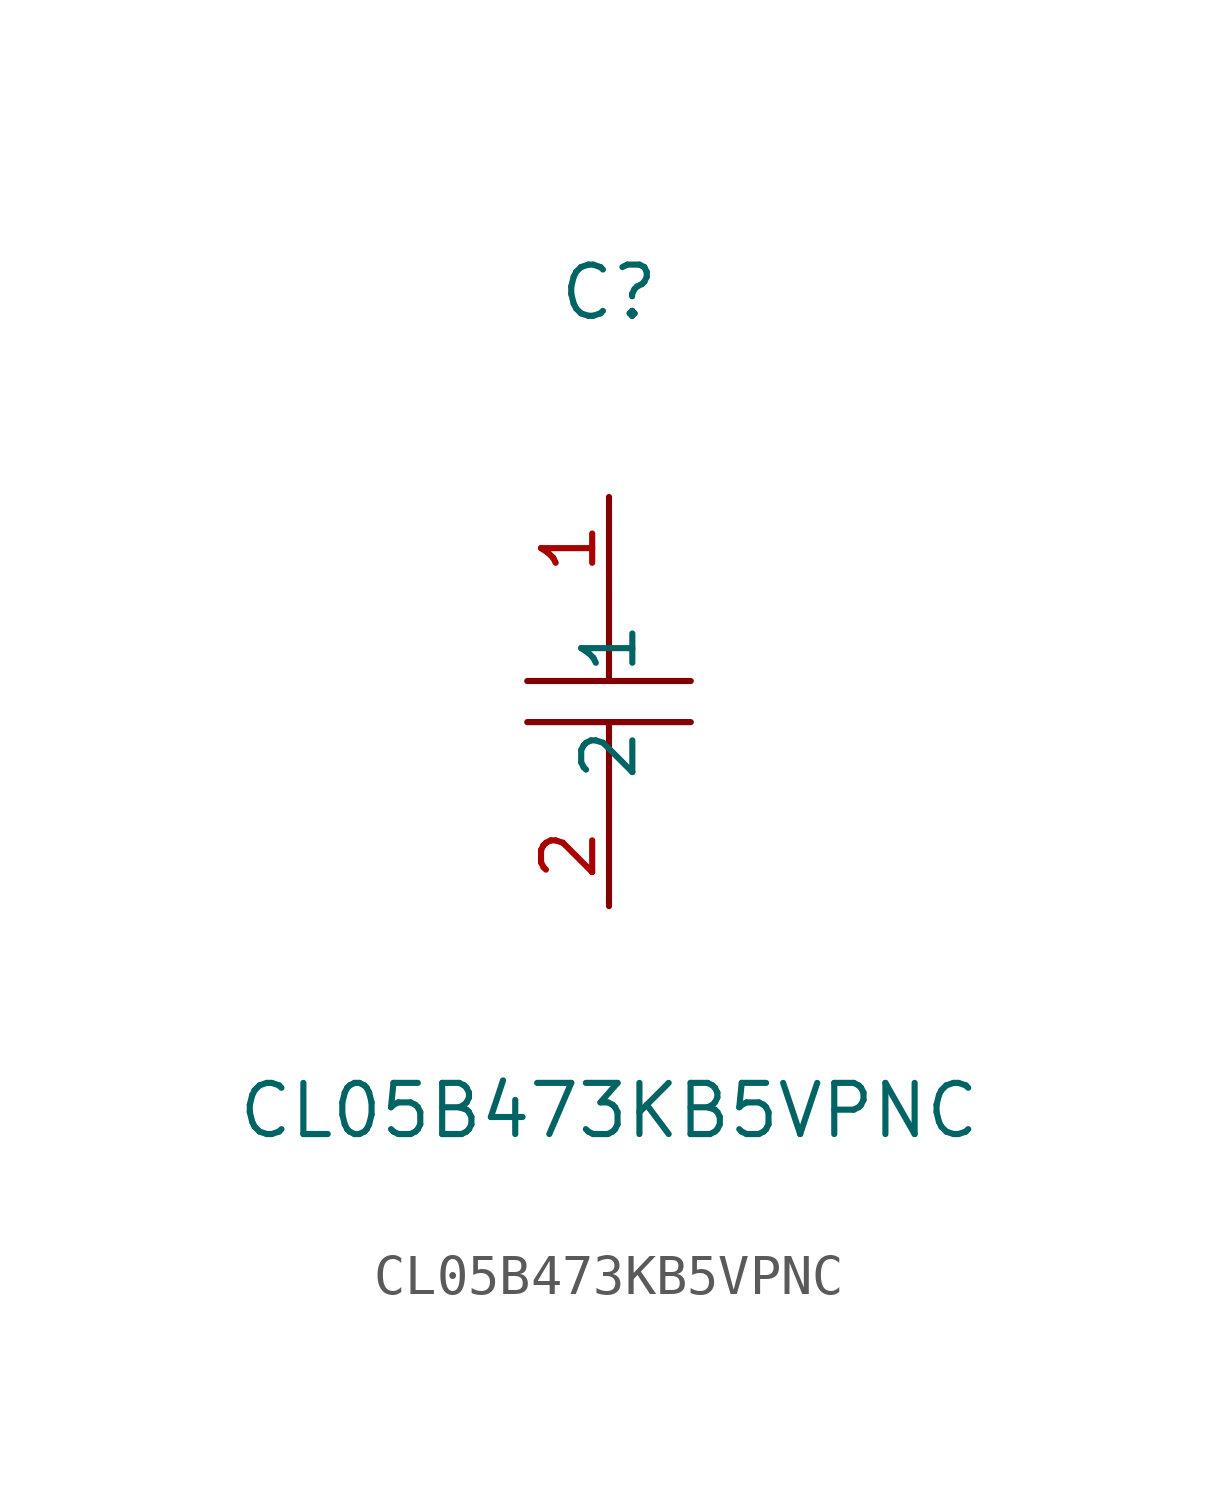
<source format=kicad_sym>
(kicad_symbol_lib
  (version 20211014)
  (generator https://github.com/uPesy/easyeda2kicad.py)
  (symbol "CL05B473KB5VPNC"
    (property "Reference" "C"
      (at 0 10.16 0)
      (effects (font (size 1.27 1.27))))
    (property "Value" "CL05B473KB5VPNC"
      (at 0 -10.16 0)
      (effects (font (size 1.27 1.27))))
    (symbol "CL05B473KB5VPNC_0_1"
      (polyline (pts (xy -2.03 0.51) (xy 2.03 0.51)) (stroke (width 0) (type default) (color 0 0 0 0)) (fill (type none)))
      (polyline (pts (xy 0.00 -2.54) (xy 0.00 -0.51)) (stroke (width 0) (type default) (color 0 0 0 0)) (fill (type none)))
      (polyline (pts (xy 2.03 -0.51) (xy -2.03 -0.51)) (stroke (width 0) (type default) (color 0 0 0 0)) (fill (type none)))
      (polyline (pts (xy 0.00 0.51) (xy 0.00 2.54)) (stroke (width 0) (type default) (color 0 0 0 0)) (fill (type none)))
      (pin unspecified line (at 0.00 5.08 270) (length 2.54) (name "1" (effects (font (size 1.27 1.27)))) (number "1" (effects (font (size 1.27 1.27)))))
      (pin unspecified line (at 0.00 -5.08 90) (length 2.54) (name "2" (effects (font (size 1.27 1.27)))) (number "2" (effects (font (size 1.27 1.27))))))))
</source>
